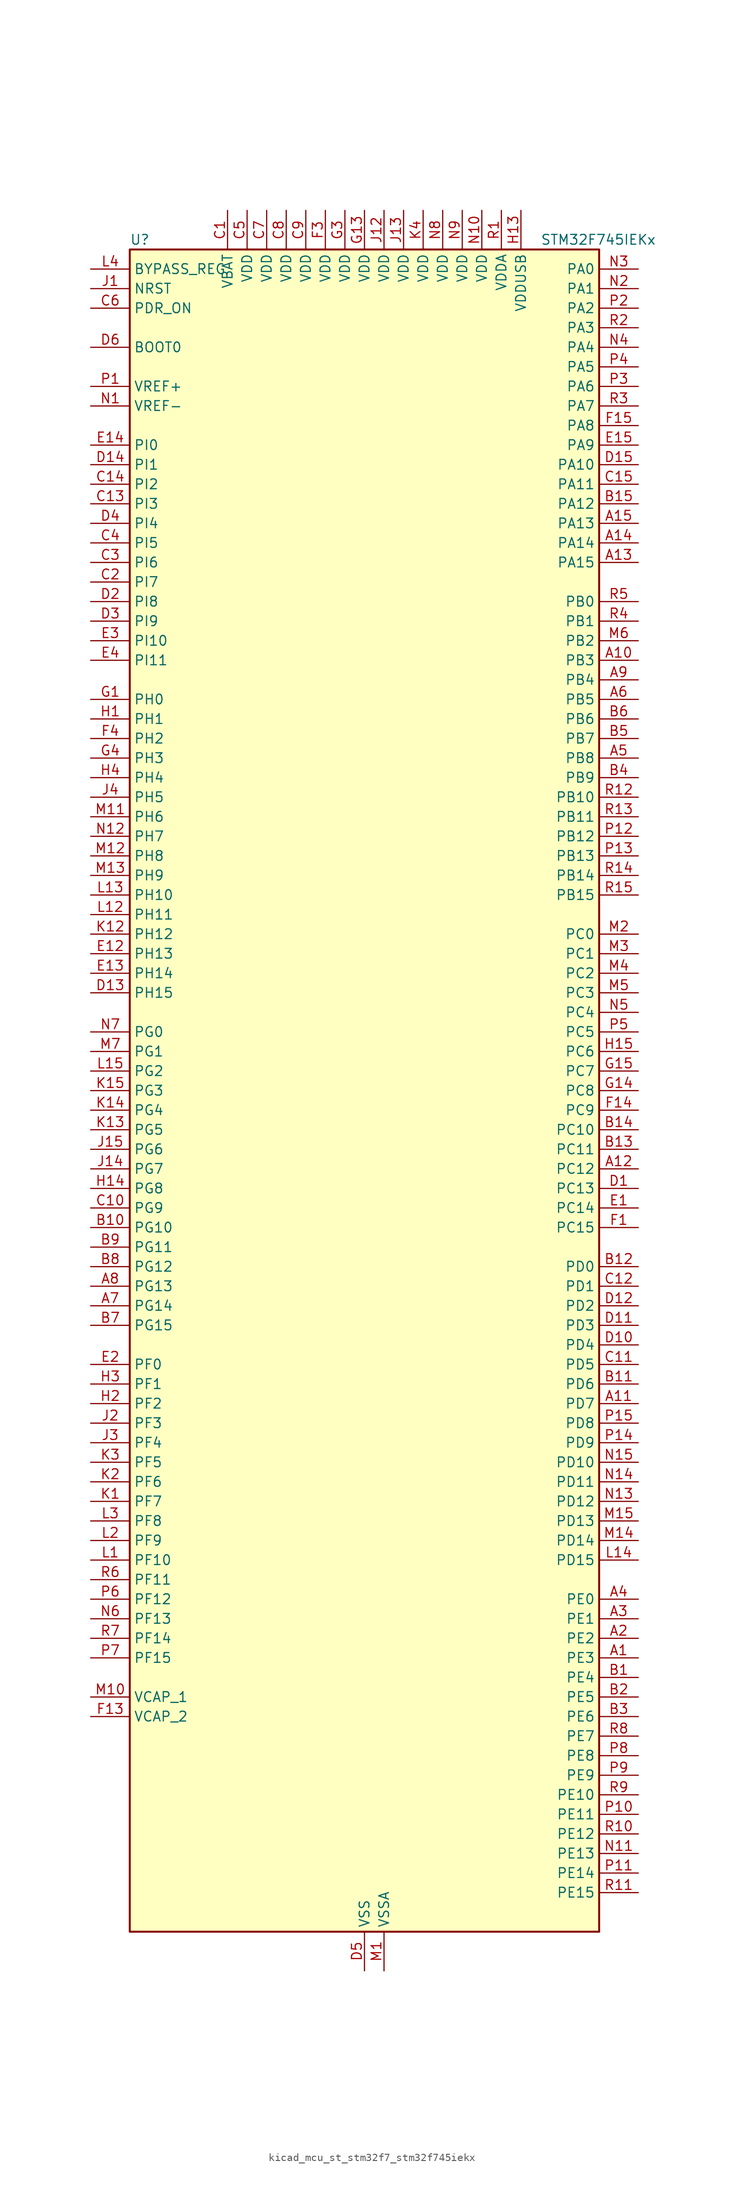
<source format=kicad_sym>
(kicad_symbol_lib
  (version 20220914)
  (generator kicad_symbol_editor)
  (symbol "kicad_mcu_st_stm32f7_stm32f745iekx"
    (property "Reference" "U"
      (at -30.48 110.49 0)
      (effects (font (size 1.27 1.27)) (justify left)))
    (property "Value" "STM32F745IEKx"
      (at 22.86 110.49 0)
      (effects (font (size 1.27 1.27)) (justify left)))
    (property "ki_locked" ""
      (at 0 0 0)
      (effects (font (size 1.27 1.27))))
    (symbol "kicad_mcu_st_stm32f7_stm32f745iekx_0_1"
      (rectangle (start -30.48 -109.22) (end 30.48 109.22) (stroke (width 0.254) (type default)) (fill (type background))))
    (symbol "kicad_mcu_st_stm32f7_stm32f745iekx_1_1"
      (pin bidirectional line (at 35.56 -73.66 180) (length 5.08) (name "PE3" (effects (font (size 1.27 1.27)))) (number "A1" (effects (font (size 1.27 1.27)))) (alternate "FMC_A19" bidirectional line) (alternate "SAI1_SD_B" bidirectional line) (alternate "SYS_TRACED0" bidirectional line))
      (pin bidirectional line (at 35.56 55.88 180) (length 5.08) (name "PB3" (effects (font (size 1.27 1.27)))) (number "A10" (effects (font (size 1.27 1.27)))) (alternate "I2S1_CK" bidirectional line) (alternate "I2S3_CK" bidirectional line) (alternate "SPI1_SCK" bidirectional line) (alternate "SPI3_SCK" bidirectional line) (alternate "SYS_JTDO-SWO" bidirectional line) (alternate "TIM2_CH2" bidirectional line))
      (pin bidirectional line (at 35.56 -40.64 180) (length 5.08) (name "PD7" (effects (font (size 1.27 1.27)))) (number "A11" (effects (font (size 1.27 1.27)))) (alternate "FMC_NE1" bidirectional line) (alternate "SPDIFRX_IN0" bidirectional line) (alternate "USART2_CK" bidirectional line))
      (pin bidirectional line (at 35.56 -10.16 180) (length 5.08) (name "PC12" (effects (font (size 1.27 1.27)))) (number "A12" (effects (font (size 1.27 1.27)))) (alternate "DCMI_D9" bidirectional line) (alternate "I2S3_SD" bidirectional line) (alternate "SDMMC1_CK" bidirectional line) (alternate "SPI3_MOSI" bidirectional line) (alternate "SYS_TRACED3" bidirectional line) (alternate "UART5_TX" bidirectional line) (alternate "USART3_CK" bidirectional line))
      (pin bidirectional line (at 35.56 68.58 180) (length 5.08) (name "PA15" (effects (font (size 1.27 1.27)))) (number "A13" (effects (font (size 1.27 1.27)))) (alternate "CEC" bidirectional line) (alternate "I2S1_WS" bidirectional line) (alternate "I2S3_WS" bidirectional line) (alternate "SPI1_NSS" bidirectional line) (alternate "SPI3_NSS" bidirectional line) (alternate "SYS_JTDI" bidirectional line) (alternate "TIM2_CH1" bidirectional line) (alternate "TIM2_ETR" bidirectional line) (alternate "UART4_DE" bidirectional line) (alternate "UART4_RTS" bidirectional line))
      (pin bidirectional line (at 35.56 71.12 180) (length 5.08) (name "PA14" (effects (font (size 1.27 1.27)))) (number "A14" (effects (font (size 1.27 1.27)))) (alternate "SYS_JTCK-SWCLK" bidirectional line))
      (pin bidirectional line (at 35.56 73.66 180) (length 5.08) (name "PA13" (effects (font (size 1.27 1.27)))) (number "A15" (effects (font (size 1.27 1.27)))) (alternate "SYS_JTMS-SWDIO" bidirectional line))
      (pin bidirectional line (at 35.56 -71.12 180) (length 5.08) (name "PE2" (effects (font (size 1.27 1.27)))) (number "A2" (effects (font (size 1.27 1.27)))) (alternate "ETH_TXD3" bidirectional line) (alternate "FMC_A23" bidirectional line) (alternate "QUADSPI_BK1_IO2" bidirectional line) (alternate "SAI1_MCLK_A" bidirectional line) (alternate "SPI4_SCK" bidirectional line) (alternate "SYS_TRACECLK" bidirectional line))
      (pin bidirectional line (at 35.56 -68.58 180) (length 5.08) (name "PE1" (effects (font (size 1.27 1.27)))) (number "A3" (effects (font (size 1.27 1.27)))) (alternate "DCMI_D3" bidirectional line) (alternate "FMC_NBL1" bidirectional line) (alternate "LPTIM1_IN2" bidirectional line) (alternate "UART8_TX" bidirectional line))
      (pin bidirectional line (at 35.56 -66.04 180) (length 5.08) (name "PE0" (effects (font (size 1.27 1.27)))) (number "A4" (effects (font (size 1.27 1.27)))) (alternate "DCMI_D2" bidirectional line) (alternate "FMC_NBL0" bidirectional line) (alternate "LPTIM1_ETR" bidirectional line) (alternate "SAI2_MCLK_A" bidirectional line) (alternate "TIM4_ETR" bidirectional line) (alternate "UART8_RX" bidirectional line))
      (pin bidirectional line (at 35.56 43.18 180) (length 5.08) (name "PB8" (effects (font (size 1.27 1.27)))) (number "A5" (effects (font (size 1.27 1.27)))) (alternate "CAN1_RX" bidirectional line) (alternate "DCMI_D6" bidirectional line) (alternate "ETH_TXD3" bidirectional line) (alternate "I2C1_SCL" bidirectional line) (alternate "SDMMC1_D4" bidirectional line) (alternate "TIM10_CH1" bidirectional line) (alternate "TIM4_CH3" bidirectional line))
      (pin bidirectional line (at 35.56 50.8 180) (length 5.08) (name "PB5" (effects (font (size 1.27 1.27)))) (number "A6" (effects (font (size 1.27 1.27)))) (alternate "CAN2_RX" bidirectional line) (alternate "DCMI_D10" bidirectional line) (alternate "ETH_PPS_OUT" bidirectional line) (alternate "FMC_SDCKE1" bidirectional line) (alternate "I2C1_SMBA" bidirectional line) (alternate "I2S1_SD" bidirectional line) (alternate "I2S3_SD" bidirectional line) (alternate "SPI1_MOSI" bidirectional line) (alternate "SPI3_MOSI" bidirectional line) (alternate "TIM3_CH2" bidirectional line) (alternate "USB_OTG_HS_ULPI_D7" bidirectional line))
      (pin bidirectional line (at -35.56 -27.94 0) (length 5.08) (name "PG14" (effects (font (size 1.27 1.27)))) (number "A7" (effects (font (size 1.27 1.27)))) (alternate "ETH_TXD1" bidirectional line) (alternate "FMC_A25" bidirectional line) (alternate "LPTIM1_ETR" bidirectional line) (alternate "QUADSPI_BK2_IO3" bidirectional line) (alternate "SPI6_MOSI" bidirectional line) (alternate "SYS_TRACED1" bidirectional line) (alternate "USART6_TX" bidirectional line))
      (pin bidirectional line (at -35.56 -25.4 0) (length 5.08) (name "PG13" (effects (font (size 1.27 1.27)))) (number "A8" (effects (font (size 1.27 1.27)))) (alternate "ETH_TXD0" bidirectional line) (alternate "FMC_A24" bidirectional line) (alternate "LPTIM1_OUT" bidirectional line) (alternate "SPI6_SCK" bidirectional line) (alternate "SYS_TRACED0" bidirectional line) (alternate "USART6_CTS" bidirectional line))
      (pin bidirectional line (at 35.56 53.34 180) (length 5.08) (name "PB4" (effects (font (size 1.27 1.27)))) (number "A9" (effects (font (size 1.27 1.27)))) (alternate "I2S2_WS" bidirectional line) (alternate "SPI1_MISO" bidirectional line) (alternate "SPI2_NSS" bidirectional line) (alternate "SPI3_MISO" bidirectional line) (alternate "SYS_JTRST" bidirectional line) (alternate "TIM3_CH1" bidirectional line))
      (pin bidirectional line (at 35.56 -76.2 180) (length 5.08) (name "PE4" (effects (font (size 1.27 1.27)))) (number "B1" (effects (font (size 1.27 1.27)))) (alternate "DCMI_D4" bidirectional line) (alternate "FMC_A20" bidirectional line) (alternate "SAI1_FS_A" bidirectional line) (alternate "SPI4_NSS" bidirectional line) (alternate "SYS_TRACED1" bidirectional line))
      (pin bidirectional line (at -35.56 -17.78 0) (length 5.08) (name "PG10" (effects (font (size 1.27 1.27)))) (number "B10" (effects (font (size 1.27 1.27)))) (alternate "DCMI_D2" bidirectional line) (alternate "FMC_NE3" bidirectional line) (alternate "SAI2_SD_B" bidirectional line))
      (pin bidirectional line (at 35.56 -38.1 180) (length 5.08) (name "PD6" (effects (font (size 1.27 1.27)))) (number "B11" (effects (font (size 1.27 1.27)))) (alternate "DCMI_D10" bidirectional line) (alternate "FMC_NWAIT" bidirectional line) (alternate "I2S3_SD" bidirectional line) (alternate "SAI1_SD_A" bidirectional line) (alternate "SPI3_MOSI" bidirectional line) (alternate "USART2_RX" bidirectional line))
      (pin bidirectional line (at 35.56 -22.86 180) (length 5.08) (name "PD0" (effects (font (size 1.27 1.27)))) (number "B12" (effects (font (size 1.27 1.27)))) (alternate "CAN1_RX" bidirectional line) (alternate "FMC_D2" bidirectional line) (alternate "FMC_DA2" bidirectional line))
      (pin bidirectional line (at 35.56 -7.62 180) (length 5.08) (name "PC11" (effects (font (size 1.27 1.27)))) (number "B13" (effects (font (size 1.27 1.27)))) (alternate "ADC1_EXTI11" bidirectional line) (alternate "ADC2_EXTI11" bidirectional line) (alternate "ADC3_EXTI11" bidirectional line) (alternate "DCMI_D4" bidirectional line) (alternate "QUADSPI_BK2_NCS" bidirectional line) (alternate "SDMMC1_D3" bidirectional line) (alternate "SPI3_MISO" bidirectional line) (alternate "UART4_RX" bidirectional line) (alternate "USART3_RX" bidirectional line))
      (pin bidirectional line (at 35.56 -5.08 180) (length 5.08) (name "PC10" (effects (font (size 1.27 1.27)))) (number "B14" (effects (font (size 1.27 1.27)))) (alternate "DCMI_D8" bidirectional line) (alternate "I2S3_CK" bidirectional line) (alternate "QUADSPI_BK1_IO1" bidirectional line) (alternate "SDMMC1_D2" bidirectional line) (alternate "SPI3_SCK" bidirectional line) (alternate "UART4_TX" bidirectional line) (alternate "USART3_TX" bidirectional line))
      (pin bidirectional line (at 35.56 76.2 180) (length 5.08) (name "PA12" (effects (font (size 1.27 1.27)))) (number "B15" (effects (font (size 1.27 1.27)))) (alternate "CAN1_TX" bidirectional line) (alternate "SAI2_FS_B" bidirectional line) (alternate "TIM1_ETR" bidirectional line) (alternate "USART1_DE" bidirectional line) (alternate "USART1_RTS" bidirectional line) (alternate "USB_OTG_FS_DP" bidirectional line))
      (pin bidirectional line (at 35.56 -78.74 180) (length 5.08) (name "PE5" (effects (font (size 1.27 1.27)))) (number "B2" (effects (font (size 1.27 1.27)))) (alternate "DCMI_D6" bidirectional line) (alternate "FMC_A21" bidirectional line) (alternate "SAI1_SCK_A" bidirectional line) (alternate "SPI4_MISO" bidirectional line) (alternate "SYS_TRACED2" bidirectional line) (alternate "TIM9_CH1" bidirectional line))
      (pin bidirectional line (at 35.56 -81.28 180) (length 5.08) (name "PE6" (effects (font (size 1.27 1.27)))) (number "B3" (effects (font (size 1.27 1.27)))) (alternate "DCMI_D7" bidirectional line) (alternate "FMC_A22" bidirectional line) (alternate "SAI1_SD_A" bidirectional line) (alternate "SAI2_MCLK_B" bidirectional line) (alternate "SPI4_MOSI" bidirectional line) (alternate "SYS_TRACED3" bidirectional line) (alternate "TIM1_BKIN2" bidirectional line) (alternate "TIM9_CH2" bidirectional line))
      (pin bidirectional line (at 35.56 40.64 180) (length 5.08) (name "PB9" (effects (font (size 1.27 1.27)))) (number "B4" (effects (font (size 1.27 1.27)))) (alternate "CAN1_TX" bidirectional line) (alternate "DAC_EXTI9" bidirectional line) (alternate "DCMI_D7" bidirectional line) (alternate "I2C1_SDA" bidirectional line) (alternate "I2S2_WS" bidirectional line) (alternate "SDMMC1_D5" bidirectional line) (alternate "SPI2_NSS" bidirectional line) (alternate "TIM11_CH1" bidirectional line) (alternate "TIM4_CH4" bidirectional line))
      (pin bidirectional line (at 35.56 45.72 180) (length 5.08) (name "PB7" (effects (font (size 1.27 1.27)))) (number "B5" (effects (font (size 1.27 1.27)))) (alternate "DCMI_VSYNC" bidirectional line) (alternate "FMC_NL" bidirectional line) (alternate "I2C1_SDA" bidirectional line) (alternate "TIM4_CH2" bidirectional line) (alternate "USART1_RX" bidirectional line))
      (pin bidirectional line (at 35.56 48.26 180) (length 5.08) (name "PB6" (effects (font (size 1.27 1.27)))) (number "B6" (effects (font (size 1.27 1.27)))) (alternate "CAN2_TX" bidirectional line) (alternate "CEC" bidirectional line) (alternate "DCMI_D5" bidirectional line) (alternate "FMC_SDNE1" bidirectional line) (alternate "I2C1_SCL" bidirectional line) (alternate "QUADSPI_BK1_NCS" bidirectional line) (alternate "TIM4_CH1" bidirectional line) (alternate "USART1_TX" bidirectional line))
      (pin bidirectional line (at -35.56 -30.48 0) (length 5.08) (name "PG15" (effects (font (size 1.27 1.27)))) (number "B7" (effects (font (size 1.27 1.27)))) (alternate "DCMI_D13" bidirectional line) (alternate "FMC_SDNCAS" bidirectional line) (alternate "USART6_CTS" bidirectional line))
      (pin bidirectional line (at -35.56 -22.86 0) (length 5.08) (name "PG12" (effects (font (size 1.27 1.27)))) (number "B8" (effects (font (size 1.27 1.27)))) (alternate "FMC_NE4" bidirectional line) (alternate "LPTIM1_IN1" bidirectional line) (alternate "SPDIFRX_IN1" bidirectional line) (alternate "SPI6_MISO" bidirectional line) (alternate "USART6_DE" bidirectional line) (alternate "USART6_RTS" bidirectional line))
      (pin bidirectional line (at -35.56 -20.32 0) (length 5.08) (name "PG11" (effects (font (size 1.27 1.27)))) (number "B9" (effects (font (size 1.27 1.27)))) (alternate "ADC1_EXTI11" bidirectional line) (alternate "ADC2_EXTI11" bidirectional line) (alternate "ADC3_EXTI11" bidirectional line) (alternate "DCMI_D3" bidirectional line) (alternate "ETH_TX_EN" bidirectional line) (alternate "SPDIFRX_IN0" bidirectional line))
      (pin power_in line (at -17.78 114.3 270) (length 5.08) (name "VBAT" (effects (font (size 1.27 1.27)))) (number "C1" (effects (font (size 1.27 1.27)))))
      (pin bidirectional line (at -35.56 -15.24 0) (length 5.08) (name "PG9" (effects (font (size 1.27 1.27)))) (number "C10" (effects (font (size 1.27 1.27)))) (alternate "DAC_EXTI9" bidirectional line) (alternate "DCMI_VSYNC" bidirectional line) (alternate "FMC_NCE" bidirectional line) (alternate "FMC_NE2" bidirectional line) (alternate "QUADSPI_BK2_IO2" bidirectional line) (alternate "SAI2_FS_B" bidirectional line) (alternate "SPDIFRX_IN3" bidirectional line) (alternate "USART6_RX" bidirectional line))
      (pin bidirectional line (at 35.56 -35.56 180) (length 5.08) (name "PD5" (effects (font (size 1.27 1.27)))) (number "C11" (effects (font (size 1.27 1.27)))) (alternate "FMC_NWE" bidirectional line) (alternate "USART2_TX" bidirectional line))
      (pin bidirectional line (at 35.56 -25.4 180) (length 5.08) (name "PD1" (effects (font (size 1.27 1.27)))) (number "C12" (effects (font (size 1.27 1.27)))) (alternate "CAN1_TX" bidirectional line) (alternate "FMC_D3" bidirectional line) (alternate "FMC_DA3" bidirectional line))
      (pin bidirectional line (at -35.56 76.2 0) (length 5.08) (name "PI3" (effects (font (size 1.27 1.27)))) (number "C13" (effects (font (size 1.27 1.27)))) (alternate "DCMI_D10" bidirectional line) (alternate "FMC_D27" bidirectional line) (alternate "I2S2_SD" bidirectional line) (alternate "SPI2_MOSI" bidirectional line) (alternate "TIM8_ETR" bidirectional line))
      (pin bidirectional line (at -35.56 78.74 0) (length 5.08) (name "PI2" (effects (font (size 1.27 1.27)))) (number "C14" (effects (font (size 1.27 1.27)))) (alternate "DCMI_D9" bidirectional line) (alternate "FMC_D26" bidirectional line) (alternate "SPI2_MISO" bidirectional line) (alternate "TIM8_CH4" bidirectional line))
      (pin bidirectional line (at 35.56 78.74 180) (length 5.08) (name "PA11" (effects (font (size 1.27 1.27)))) (number "C15" (effects (font (size 1.27 1.27)))) (alternate "ADC1_EXTI11" bidirectional line) (alternate "ADC2_EXTI11" bidirectional line) (alternate "ADC3_EXTI11" bidirectional line) (alternate "CAN1_RX" bidirectional line) (alternate "TIM1_CH4" bidirectional line) (alternate "USART1_CTS" bidirectional line) (alternate "USB_OTG_FS_DM" bidirectional line))
      (pin bidirectional line (at -35.56 66.04 0) (length 5.08) (name "PI7" (effects (font (size 1.27 1.27)))) (number "C2" (effects (font (size 1.27 1.27)))) (alternate "DCMI_D7" bidirectional line) (alternate "FMC_D29" bidirectional line) (alternate "SAI2_FS_A" bidirectional line) (alternate "TIM8_CH3" bidirectional line))
      (pin bidirectional line (at -35.56 68.58 0) (length 5.08) (name "PI6" (effects (font (size 1.27 1.27)))) (number "C3" (effects (font (size 1.27 1.27)))) (alternate "DCMI_D6" bidirectional line) (alternate "FMC_D28" bidirectional line) (alternate "SAI2_SD_A" bidirectional line) (alternate "TIM8_CH2" bidirectional line))
      (pin bidirectional line (at -35.56 71.12 0) (length 5.08) (name "PI5" (effects (font (size 1.27 1.27)))) (number "C4" (effects (font (size 1.27 1.27)))) (alternate "DCMI_VSYNC" bidirectional line) (alternate "FMC_NBL3" bidirectional line) (alternate "SAI2_SCK_A" bidirectional line) (alternate "TIM8_CH1" bidirectional line))
      (pin power_in line (at -15.24 114.3 270) (length 5.08) (name "VDD" (effects (font (size 1.27 1.27)))) (number "C5" (effects (font (size 1.27 1.27)))))
      (pin input line (at -35.56 101.6 0) (length 5.08) (name "PDR_ON" (effects (font (size 1.27 1.27)))) (number "C6" (effects (font (size 1.27 1.27)))))
      (pin power_in line (at -12.7 114.3 270) (length 5.08) (name "VDD" (effects (font (size 1.27 1.27)))) (number "C7" (effects (font (size 1.27 1.27)))))
      (pin power_in line (at -10.16 114.3 270) (length 5.08) (name "VDD" (effects (font (size 1.27 1.27)))) (number "C8" (effects (font (size 1.27 1.27)))))
      (pin power_in line (at -7.62 114.3 270) (length 5.08) (name "VDD" (effects (font (size 1.27 1.27)))) (number "C9" (effects (font (size 1.27 1.27)))))
      (pin bidirectional line (at 35.56 -12.7 180) (length 5.08) (name "PC13" (effects (font (size 1.27 1.27)))) (number "D1" (effects (font (size 1.27 1.27)))) (alternate "RTC_OUT" bidirectional line) (alternate "RTC_TAMP1" bidirectional line) (alternate "RTC_TS" bidirectional line) (alternate "SYS_WKUP4" bidirectional line))
      (pin bidirectional line (at 35.56 -33.02 180) (length 5.08) (name "PD4" (effects (font (size 1.27 1.27)))) (number "D10" (effects (font (size 1.27 1.27)))) (alternate "FMC_NOE" bidirectional line) (alternate "USART2_DE" bidirectional line) (alternate "USART2_RTS" bidirectional line))
      (pin bidirectional line (at 35.56 -30.48 180) (length 5.08) (name "PD3" (effects (font (size 1.27 1.27)))) (number "D11" (effects (font (size 1.27 1.27)))) (alternate "DCMI_D5" bidirectional line) (alternate "FMC_CLK" bidirectional line) (alternate "I2S2_CK" bidirectional line) (alternate "SPI2_SCK" bidirectional line) (alternate "USART2_CTS" bidirectional line))
      (pin bidirectional line (at 35.56 -27.94 180) (length 5.08) (name "PD2" (effects (font (size 1.27 1.27)))) (number "D12" (effects (font (size 1.27 1.27)))) (alternate "DCMI_D11" bidirectional line) (alternate "SDMMC1_CMD" bidirectional line) (alternate "SYS_TRACED2" bidirectional line) (alternate "TIM3_ETR" bidirectional line) (alternate "UART5_RX" bidirectional line))
      (pin bidirectional line (at -35.56 12.7 0) (length 5.08) (name "PH15" (effects (font (size 1.27 1.27)))) (number "D13" (effects (font (size 1.27 1.27)))) (alternate "DCMI_D11" bidirectional line) (alternate "FMC_D23" bidirectional line) (alternate "TIM8_CH3N" bidirectional line))
      (pin bidirectional line (at -35.56 81.28 0) (length 5.08) (name "PI1" (effects (font (size 1.27 1.27)))) (number "D14" (effects (font (size 1.27 1.27)))) (alternate "DCMI_D8" bidirectional line) (alternate "FMC_D25" bidirectional line) (alternate "I2S2_CK" bidirectional line) (alternate "SPI2_SCK" bidirectional line) (alternate "TIM8_BKIN2" bidirectional line))
      (pin bidirectional line (at 35.56 81.28 180) (length 5.08) (name "PA10" (effects (font (size 1.27 1.27)))) (number "D15" (effects (font (size 1.27 1.27)))) (alternate "DCMI_D1" bidirectional line) (alternate "TIM1_CH3" bidirectional line) (alternate "USART1_RX" bidirectional line) (alternate "USB_OTG_FS_ID" bidirectional line))
      (pin bidirectional line (at -35.56 63.5 0) (length 5.08) (name "PI8" (effects (font (size 1.27 1.27)))) (number "D2" (effects (font (size 1.27 1.27)))) (alternate "RTC_TAMP2" bidirectional line) (alternate "RTC_TS" bidirectional line) (alternate "SYS_WKUP5" bidirectional line))
      (pin bidirectional line (at -35.56 60.96 0) (length 5.08) (name "PI9" (effects (font (size 1.27 1.27)))) (number "D3" (effects (font (size 1.27 1.27)))) (alternate "CAN1_RX" bidirectional line) (alternate "DAC_EXTI9" bidirectional line) (alternate "FMC_D30" bidirectional line))
      (pin bidirectional line (at -35.56 73.66 0) (length 5.08) (name "PI4" (effects (font (size 1.27 1.27)))) (number "D4" (effects (font (size 1.27 1.27)))) (alternate "DCMI_D5" bidirectional line) (alternate "FMC_NBL2" bidirectional line) (alternate "SAI2_MCLK_A" bidirectional line) (alternate "TIM8_BKIN" bidirectional line))
      (pin power_in line (at 0 -114.3 90) (length 5.08) (name "VSS" (effects (font (size 1.27 1.27)))) (number "D5" (effects (font (size 1.27 1.27)))))
      (pin input line (at -35.56 96.52 0) (length 5.08) (name "BOOT0" (effects (font (size 1.27 1.27)))) (number "D6" (effects (font (size 1.27 1.27)))))
      (pin passive line (at 0 -114.3 90) (length 5.08) hide (name "VSS" (effects (font (size 1.27 1.27)))) (number "D7" (effects (font (size 1.27 1.27)))))
      (pin passive line (at 0 -114.3 90) (length 5.08) hide (name "VSS" (effects (font (size 1.27 1.27)))) (number "D8" (effects (font (size 1.27 1.27)))))
      (pin passive line (at 0 -114.3 90) (length 5.08) hide (name "VSS" (effects (font (size 1.27 1.27)))) (number "D9" (effects (font (size 1.27 1.27)))))
      (pin bidirectional line (at 35.56 -15.24 180) (length 5.08) (name "PC14" (effects (font (size 1.27 1.27)))) (number "E1" (effects (font (size 1.27 1.27)))) (alternate "RCC_OSC32_IN" bidirectional line))
      (pin bidirectional line (at -35.56 17.78 0) (length 5.08) (name "PH13" (effects (font (size 1.27 1.27)))) (number "E12" (effects (font (size 1.27 1.27)))) (alternate "CAN1_TX" bidirectional line) (alternate "FMC_D21" bidirectional line) (alternate "TIM8_CH1N" bidirectional line))
      (pin bidirectional line (at -35.56 15.24 0) (length 5.08) (name "PH14" (effects (font (size 1.27 1.27)))) (number "E13" (effects (font (size 1.27 1.27)))) (alternate "DCMI_D4" bidirectional line) (alternate "FMC_D22" bidirectional line) (alternate "TIM8_CH2N" bidirectional line))
      (pin bidirectional line (at -35.56 83.82 0) (length 5.08) (name "PI0" (effects (font (size 1.27 1.27)))) (number "E14" (effects (font (size 1.27 1.27)))) (alternate "DCMI_D13" bidirectional line) (alternate "FMC_D24" bidirectional line) (alternate "I2S2_WS" bidirectional line) (alternate "SPI2_NSS" bidirectional line) (alternate "TIM5_CH4" bidirectional line))
      (pin bidirectional line (at 35.56 83.82 180) (length 5.08) (name "PA9" (effects (font (size 1.27 1.27)))) (number "E15" (effects (font (size 1.27 1.27)))) (alternate "DAC_EXTI9" bidirectional line) (alternate "DCMI_D0" bidirectional line) (alternate "I2C3_SMBA" bidirectional line) (alternate "I2S2_CK" bidirectional line) (alternate "SPI2_SCK" bidirectional line) (alternate "TIM1_CH2" bidirectional line) (alternate "USART1_TX" bidirectional line) (alternate "USB_OTG_FS_VBUS" bidirectional line))
      (pin bidirectional line (at -35.56 -35.56 0) (length 5.08) (name "PF0" (effects (font (size 1.27 1.27)))) (number "E2" (effects (font (size 1.27 1.27)))) (alternate "FMC_A0" bidirectional line) (alternate "I2C2_SDA" bidirectional line))
      (pin bidirectional line (at -35.56 58.42 0) (length 5.08) (name "PI10" (effects (font (size 1.27 1.27)))) (number "E3" (effects (font (size 1.27 1.27)))) (alternate "ETH_RX_ER" bidirectional line) (alternate "FMC_D31" bidirectional line))
      (pin bidirectional line (at -35.56 55.88 0) (length 5.08) (name "PI11" (effects (font (size 1.27 1.27)))) (number "E4" (effects (font (size 1.27 1.27)))) (alternate "ADC1_EXTI11" bidirectional line) (alternate "ADC2_EXTI11" bidirectional line) (alternate "ADC3_EXTI11" bidirectional line) (alternate "SYS_WKUP6" bidirectional line) (alternate "USB_OTG_HS_ULPI_DIR" bidirectional line))
      (pin bidirectional line (at 35.56 -17.78 180) (length 5.08) (name "PC15" (effects (font (size 1.27 1.27)))) (number "F1" (effects (font (size 1.27 1.27)))) (alternate "RCC_OSC32_OUT" bidirectional line))
      (pin passive line (at 0 -114.3 90) (length 5.08) hide (name "VSS" (effects (font (size 1.27 1.27)))) (number "F10" (effects (font (size 1.27 1.27)))))
      (pin passive line (at 0 -114.3 90) (length 5.08) hide (name "VSS" (effects (font (size 1.27 1.27)))) (number "F12" (effects (font (size 1.27 1.27)))))
      (pin power_out line (at -35.56 -81.28 0) (length 5.08) (name "VCAP_2" (effects (font (size 1.27 1.27)))) (number "F13" (effects (font (size 1.27 1.27)))))
      (pin bidirectional line (at 35.56 -2.54 180) (length 5.08) (name "PC9" (effects (font (size 1.27 1.27)))) (number "F14" (effects (font (size 1.27 1.27)))) (alternate "DAC_EXTI9" bidirectional line) (alternate "DCMI_D3" bidirectional line) (alternate "I2C3_SDA" bidirectional line) (alternate "I2S_CKIN" bidirectional line) (alternate "QUADSPI_BK1_IO0" bidirectional line) (alternate "RCC_MCO_2" bidirectional line) (alternate "SDMMC1_D1" bidirectional line) (alternate "TIM3_CH4" bidirectional line) (alternate "TIM8_CH4" bidirectional line) (alternate "UART5_CTS" bidirectional line))
      (pin bidirectional line (at 35.56 86.36 180) (length 5.08) (name "PA8" (effects (font (size 1.27 1.27)))) (number "F15" (effects (font (size 1.27 1.27)))) (alternate "I2C3_SCL" bidirectional line) (alternate "RCC_MCO_1" bidirectional line) (alternate "TIM1_CH1" bidirectional line) (alternate "TIM8_BKIN2" bidirectional line) (alternate "USART1_CK" bidirectional line) (alternate "USB_OTG_FS_SOF" bidirectional line))
      (pin passive line (at 0 -114.3 90) (length 5.08) hide (name "VSS" (effects (font (size 1.27 1.27)))) (number "F2" (effects (font (size 1.27 1.27)))))
      (pin power_in line (at -5.08 114.3 270) (length 5.08) (name "VDD" (effects (font (size 1.27 1.27)))) (number "F3" (effects (font (size 1.27 1.27)))))
      (pin bidirectional line (at -35.56 45.72 0) (length 5.08) (name "PH2" (effects (font (size 1.27 1.27)))) (number "F4" (effects (font (size 1.27 1.27)))) (alternate "ETH_CRS" bidirectional line) (alternate "FMC_SDCKE0" bidirectional line) (alternate "LPTIM1_IN2" bidirectional line) (alternate "QUADSPI_BK2_IO0" bidirectional line) (alternate "SAI2_SCK_B" bidirectional line))
      (pin passive line (at 0 -114.3 90) (length 5.08) hide (name "VSS" (effects (font (size 1.27 1.27)))) (number "F6" (effects (font (size 1.27 1.27)))))
      (pin passive line (at 0 -114.3 90) (length 5.08) hide (name "VSS" (effects (font (size 1.27 1.27)))) (number "F7" (effects (font (size 1.27 1.27)))))
      (pin passive line (at 0 -114.3 90) (length 5.08) hide (name "VSS" (effects (font (size 1.27 1.27)))) (number "F8" (effects (font (size 1.27 1.27)))))
      (pin passive line (at 0 -114.3 90) (length 5.08) hide (name "VSS" (effects (font (size 1.27 1.27)))) (number "F9" (effects (font (size 1.27 1.27)))))
      (pin bidirectional line (at -35.56 50.8 0) (length 5.08) (name "PH0" (effects (font (size 1.27 1.27)))) (number "G1" (effects (font (size 1.27 1.27)))) (alternate "RCC_OSC_IN" bidirectional line))
      (pin passive line (at 0 -114.3 90) (length 5.08) hide (name "VSS" (effects (font (size 1.27 1.27)))) (number "G10" (effects (font (size 1.27 1.27)))))
      (pin passive line (at 0 -114.3 90) (length 5.08) hide (name "VSS" (effects (font (size 1.27 1.27)))) (number "G12" (effects (font (size 1.27 1.27)))))
      (pin power_in line (at 0 114.3 270) (length 5.08) (name "VDD" (effects (font (size 1.27 1.27)))) (number "G13" (effects (font (size 1.27 1.27)))))
      (pin bidirectional line (at 35.56 0 180) (length 5.08) (name "PC8" (effects (font (size 1.27 1.27)))) (number "G14" (effects (font (size 1.27 1.27)))) (alternate "DCMI_D2" bidirectional line) (alternate "SDMMC1_D0" bidirectional line) (alternate "SYS_TRACED1" bidirectional line) (alternate "TIM3_CH3" bidirectional line) (alternate "TIM8_CH3" bidirectional line) (alternate "UART5_DE" bidirectional line) (alternate "UART5_RTS" bidirectional line) (alternate "USART6_CK" bidirectional line))
      (pin bidirectional line (at 35.56 2.54 180) (length 5.08) (name "PC7" (effects (font (size 1.27 1.27)))) (number "G15" (effects (font (size 1.27 1.27)))) (alternate "DCMI_D1" bidirectional line) (alternate "I2S3_MCK" bidirectional line) (alternate "SDMMC1_D7" bidirectional line) (alternate "TIM3_CH2" bidirectional line) (alternate "TIM8_CH2" bidirectional line) (alternate "USART6_RX" bidirectional line))
      (pin passive line (at 0 -114.3 90) (length 5.08) hide (name "VSS" (effects (font (size 1.27 1.27)))) (number "G2" (effects (font (size 1.27 1.27)))))
      (pin power_in line (at -2.54 114.3 270) (length 5.08) (name "VDD" (effects (font (size 1.27 1.27)))) (number "G3" (effects (font (size 1.27 1.27)))))
      (pin bidirectional line (at -35.56 43.18 0) (length 5.08) (name "PH3" (effects (font (size 1.27 1.27)))) (number "G4" (effects (font (size 1.27 1.27)))) (alternate "ETH_COL" bidirectional line) (alternate "FMC_SDNE0" bidirectional line) (alternate "QUADSPI_BK2_IO1" bidirectional line) (alternate "SAI2_MCLK_B" bidirectional line))
      (pin passive line (at 0 -114.3 90) (length 5.08) hide (name "VSS" (effects (font (size 1.27 1.27)))) (number "G6" (effects (font (size 1.27 1.27)))))
      (pin passive line (at 0 -114.3 90) (length 5.08) hide (name "VSS" (effects (font (size 1.27 1.27)))) (number "G7" (effects (font (size 1.27 1.27)))))
      (pin passive line (at 0 -114.3 90) (length 5.08) hide (name "VSS" (effects (font (size 1.27 1.27)))) (number "G8" (effects (font (size 1.27 1.27)))))
      (pin passive line (at 0 -114.3 90) (length 5.08) hide (name "VSS" (effects (font (size 1.27 1.27)))) (number "G9" (effects (font (size 1.27 1.27)))))
      (pin bidirectional line (at -35.56 48.26 0) (length 5.08) (name "PH1" (effects (font (size 1.27 1.27)))) (number "H1" (effects (font (size 1.27 1.27)))) (alternate "RCC_OSC_OUT" bidirectional line))
      (pin passive line (at 0 -114.3 90) (length 5.08) hide (name "VSS" (effects (font (size 1.27 1.27)))) (number "H10" (effects (font (size 1.27 1.27)))))
      (pin passive line (at 0 -114.3 90) (length 5.08) hide (name "VSS" (effects (font (size 1.27 1.27)))) (number "H12" (effects (font (size 1.27 1.27)))))
      (pin power_in line (at 20.32 114.3 270) (length 5.08) (name "VDDUSB" (effects (font (size 1.27 1.27)))) (number "H13" (effects (font (size 1.27 1.27)))))
      (pin bidirectional line (at -35.56 -12.7 0) (length 5.08) (name "PG8" (effects (font (size 1.27 1.27)))) (number "H14" (effects (font (size 1.27 1.27)))) (alternate "ETH_PPS_OUT" bidirectional line) (alternate "FMC_SDCLK" bidirectional line) (alternate "SPDIFRX_IN2" bidirectional line) (alternate "SPI6_NSS" bidirectional line) (alternate "USART6_DE" bidirectional line) (alternate "USART6_RTS" bidirectional line))
      (pin bidirectional line (at 35.56 5.08 180) (length 5.08) (name "PC6" (effects (font (size 1.27 1.27)))) (number "H15" (effects (font (size 1.27 1.27)))) (alternate "DCMI_D0" bidirectional line) (alternate "I2S2_MCK" bidirectional line) (alternate "SDMMC1_D6" bidirectional line) (alternate "TIM3_CH1" bidirectional line) (alternate "TIM8_CH1" bidirectional line) (alternate "USART6_TX" bidirectional line))
      (pin bidirectional line (at -35.56 -40.64 0) (length 5.08) (name "PF2" (effects (font (size 1.27 1.27)))) (number "H2" (effects (font (size 1.27 1.27)))) (alternate "FMC_A2" bidirectional line) (alternate "I2C2_SMBA" bidirectional line))
      (pin bidirectional line (at -35.56 -38.1 0) (length 5.08) (name "PF1" (effects (font (size 1.27 1.27)))) (number "H3" (effects (font (size 1.27 1.27)))) (alternate "FMC_A1" bidirectional line) (alternate "I2C2_SCL" bidirectional line))
      (pin bidirectional line (at -35.56 40.64 0) (length 5.08) (name "PH4" (effects (font (size 1.27 1.27)))) (number "H4" (effects (font (size 1.27 1.27)))) (alternate "I2C2_SCL" bidirectional line) (alternate "USB_OTG_HS_ULPI_NXT" bidirectional line))
      (pin passive line (at 0 -114.3 90) (length 5.08) hide (name "VSS" (effects (font (size 1.27 1.27)))) (number "H6" (effects (font (size 1.27 1.27)))))
      (pin passive line (at 0 -114.3 90) (length 5.08) hide (name "VSS" (effects (font (size 1.27 1.27)))) (number "H7" (effects (font (size 1.27 1.27)))))
      (pin passive line (at 0 -114.3 90) (length 5.08) hide (name "VSS" (effects (font (size 1.27 1.27)))) (number "H8" (effects (font (size 1.27 1.27)))))
      (pin passive line (at 0 -114.3 90) (length 5.08) hide (name "VSS" (effects (font (size 1.27 1.27)))) (number "H9" (effects (font (size 1.27 1.27)))))
      (pin input line (at -35.56 104.14 0) (length 5.08) (name "NRST" (effects (font (size 1.27 1.27)))) (number "J1" (effects (font (size 1.27 1.27)))))
      (pin passive line (at 0 -114.3 90) (length 5.08) hide (name "VSS" (effects (font (size 1.27 1.27)))) (number "J10" (effects (font (size 1.27 1.27)))))
      (pin power_in line (at 2.54 114.3 270) (length 5.08) (name "VDD" (effects (font (size 1.27 1.27)))) (number "J12" (effects (font (size 1.27 1.27)))))
      (pin power_in line (at 5.08 114.3 270) (length 5.08) (name "VDD" (effects (font (size 1.27 1.27)))) (number "J13" (effects (font (size 1.27 1.27)))))
      (pin bidirectional line (at -35.56 -10.16 0) (length 5.08) (name "PG7" (effects (font (size 1.27 1.27)))) (number "J14" (effects (font (size 1.27 1.27)))) (alternate "DCMI_D13" bidirectional line) (alternate "FMC_INT" bidirectional line) (alternate "USART6_CK" bidirectional line))
      (pin bidirectional line (at -35.56 -7.62 0) (length 5.08) (name "PG6" (effects (font (size 1.27 1.27)))) (number "J15" (effects (font (size 1.27 1.27)))) (alternate "DCMI_D12" bidirectional line))
      (pin bidirectional line (at -35.56 -43.18 0) (length 5.08) (name "PF3" (effects (font (size 1.27 1.27)))) (number "J2" (effects (font (size 1.27 1.27)))) (alternate "ADC3_IN9" bidirectional line) (alternate "FMC_A3" bidirectional line))
      (pin bidirectional line (at -35.56 -45.72 0) (length 5.08) (name "PF4" (effects (font (size 1.27 1.27)))) (number "J3" (effects (font (size 1.27 1.27)))) (alternate "ADC3_IN14" bidirectional line) (alternate "FMC_A4" bidirectional line))
      (pin bidirectional line (at -35.56 38.1 0) (length 5.08) (name "PH5" (effects (font (size 1.27 1.27)))) (number "J4" (effects (font (size 1.27 1.27)))) (alternate "FMC_SDNWE" bidirectional line) (alternate "I2C2_SDA" bidirectional line) (alternate "SPI5_NSS" bidirectional line))
      (pin passive line (at 0 -114.3 90) (length 5.08) hide (name "VSS" (effects (font (size 1.27 1.27)))) (number "J6" (effects (font (size 1.27 1.27)))))
      (pin passive line (at 0 -114.3 90) (length 5.08) hide (name "VSS" (effects (font (size 1.27 1.27)))) (number "J7" (effects (font (size 1.27 1.27)))))
      (pin passive line (at 0 -114.3 90) (length 5.08) hide (name "VSS" (effects (font (size 1.27 1.27)))) (number "J8" (effects (font (size 1.27 1.27)))))
      (pin passive line (at 0 -114.3 90) (length 5.08) hide (name "VSS" (effects (font (size 1.27 1.27)))) (number "J9" (effects (font (size 1.27 1.27)))))
      (pin bidirectional line (at -35.56 -53.34 0) (length 5.08) (name "PF7" (effects (font (size 1.27 1.27)))) (number "K1" (effects (font (size 1.27 1.27)))) (alternate "ADC3_IN5" bidirectional line) (alternate "QUADSPI_BK1_IO2" bidirectional line) (alternate "SAI1_MCLK_B" bidirectional line) (alternate "SPI5_SCK" bidirectional line) (alternate "TIM11_CH1" bidirectional line) (alternate "UART7_TX" bidirectional line))
      (pin passive line (at 0 -114.3 90) (length 5.08) hide (name "VSS" (effects (font (size 1.27 1.27)))) (number "K10" (effects (font (size 1.27 1.27)))))
      (pin bidirectional line (at -35.56 20.32 0) (length 5.08) (name "PH12" (effects (font (size 1.27 1.27)))) (number "K12" (effects (font (size 1.27 1.27)))) (alternate "DCMI_D3" bidirectional line) (alternate "FMC_D20" bidirectional line) (alternate "I2C4_SDA" bidirectional line) (alternate "TIM5_CH3" bidirectional line))
      (pin bidirectional line (at -35.56 -5.08 0) (length 5.08) (name "PG5" (effects (font (size 1.27 1.27)))) (number "K13" (effects (font (size 1.27 1.27)))) (alternate "FMC_A15" bidirectional line) (alternate "FMC_BA1" bidirectional line))
      (pin bidirectional line (at -35.56 -2.54 0) (length 5.08) (name "PG4" (effects (font (size 1.27 1.27)))) (number "K14" (effects (font (size 1.27 1.27)))) (alternate "FMC_A14" bidirectional line) (alternate "FMC_BA0" bidirectional line))
      (pin bidirectional line (at -35.56 0 0) (length 5.08) (name "PG3" (effects (font (size 1.27 1.27)))) (number "K15" (effects (font (size 1.27 1.27)))) (alternate "FMC_A13" bidirectional line))
      (pin bidirectional line (at -35.56 -50.8 0) (length 5.08) (name "PF6" (effects (font (size 1.27 1.27)))) (number "K2" (effects (font (size 1.27 1.27)))) (alternate "ADC3_IN4" bidirectional line) (alternate "QUADSPI_BK1_IO3" bidirectional line) (alternate "SAI1_SD_B" bidirectional line) (alternate "SPI5_NSS" bidirectional line) (alternate "TIM10_CH1" bidirectional line) (alternate "UART7_RX" bidirectional line))
      (pin bidirectional line (at -35.56 -48.26 0) (length 5.08) (name "PF5" (effects (font (size 1.27 1.27)))) (number "K3" (effects (font (size 1.27 1.27)))) (alternate "ADC3_IN15" bidirectional line) (alternate "FMC_A5" bidirectional line))
      (pin power_in line (at 7.62 114.3 270) (length 5.08) (name "VDD" (effects (font (size 1.27 1.27)))) (number "K4" (effects (font (size 1.27 1.27)))))
      (pin passive line (at 0 -114.3 90) (length 5.08) hide (name "VSS" (effects (font (size 1.27 1.27)))) (number "K6" (effects (font (size 1.27 1.27)))))
      (pin passive line (at 0 -114.3 90) (length 5.08) hide (name "VSS" (effects (font (size 1.27 1.27)))) (number "K7" (effects (font (size 1.27 1.27)))))
      (pin passive line (at 0 -114.3 90) (length 5.08) hide (name "VSS" (effects (font (size 1.27 1.27)))) (number "K8" (effects (font (size 1.27 1.27)))))
      (pin passive line (at 0 -114.3 90) (length 5.08) hide (name "VSS" (effects (font (size 1.27 1.27)))) (number "K9" (effects (font (size 1.27 1.27)))))
      (pin bidirectional line (at -35.56 -60.96 0) (length 5.08) (name "PF10" (effects (font (size 1.27 1.27)))) (number "L1" (effects (font (size 1.27 1.27)))) (alternate "ADC3_IN8" bidirectional line) (alternate "DCMI_D11" bidirectional line))
      (pin bidirectional line (at -35.56 22.86 0) (length 5.08) (name "PH11" (effects (font (size 1.27 1.27)))) (number "L12" (effects (font (size 1.27 1.27)))) (alternate "ADC1_EXTI11" bidirectional line) (alternate "ADC2_EXTI11" bidirectional line) (alternate "ADC3_EXTI11" bidirectional line) (alternate "DCMI_D2" bidirectional line) (alternate "FMC_D19" bidirectional line) (alternate "I2C4_SCL" bidirectional line) (alternate "TIM5_CH2" bidirectional line))
      (pin bidirectional line (at -35.56 25.4 0) (length 5.08) (name "PH10" (effects (font (size 1.27 1.27)))) (number "L13" (effects (font (size 1.27 1.27)))) (alternate "DCMI_D1" bidirectional line) (alternate "FMC_D18" bidirectional line) (alternate "I2C4_SMBA" bidirectional line) (alternate "TIM5_CH1" bidirectional line))
      (pin bidirectional line (at 35.56 -60.96 180) (length 5.08) (name "PD15" (effects (font (size 1.27 1.27)))) (number "L14" (effects (font (size 1.27 1.27)))) (alternate "FMC_D1" bidirectional line) (alternate "FMC_DA1" bidirectional line) (alternate "TIM4_CH4" bidirectional line) (alternate "UART8_DE" bidirectional line) (alternate "UART8_RTS" bidirectional line))
      (pin bidirectional line (at -35.56 2.54 0) (length 5.08) (name "PG2" (effects (font (size 1.27 1.27)))) (number "L15" (effects (font (size 1.27 1.27)))) (alternate "FMC_A12" bidirectional line))
      (pin bidirectional line (at -35.56 -58.42 0) (length 5.08) (name "PF9" (effects (font (size 1.27 1.27)))) (number "L2" (effects (font (size 1.27 1.27)))) (alternate "ADC3_IN7" bidirectional line) (alternate "DAC_EXTI9" bidirectional line) (alternate "QUADSPI_BK1_IO1" bidirectional line) (alternate "SAI1_FS_B" bidirectional line) (alternate "SPI5_MOSI" bidirectional line) (alternate "TIM14_CH1" bidirectional line) (alternate "UART7_CTS" bidirectional line))
      (pin bidirectional line (at -35.56 -55.88 0) (length 5.08) (name "PF8" (effects (font (size 1.27 1.27)))) (number "L3" (effects (font (size 1.27 1.27)))) (alternate "ADC3_IN6" bidirectional line) (alternate "QUADSPI_BK1_IO0" bidirectional line) (alternate "SAI1_SCK_B" bidirectional line) (alternate "SPI5_MISO" bidirectional line) (alternate "TIM13_CH1" bidirectional line) (alternate "UART7_DE" bidirectional line) (alternate "UART7_RTS" bidirectional line))
      (pin input line (at -35.56 106.68 0) (length 5.08) (name "BYPASS_REG" (effects (font (size 1.27 1.27)))) (number "L4" (effects (font (size 1.27 1.27)))))
      (pin power_in line (at 2.54 -114.3 90) (length 5.08) (name "VSSA" (effects (font (size 1.27 1.27)))) (number "M1" (effects (font (size 1.27 1.27)))))
      (pin power_out line (at -35.56 -78.74 0) (length 5.08) (name "VCAP_1" (effects (font (size 1.27 1.27)))) (number "M10" (effects (font (size 1.27 1.27)))))
      (pin bidirectional line (at -35.56 35.56 0) (length 5.08) (name "PH6" (effects (font (size 1.27 1.27)))) (number "M11" (effects (font (size 1.27 1.27)))) (alternate "DCMI_D8" bidirectional line) (alternate "ETH_RXD2" bidirectional line) (alternate "FMC_SDNE1" bidirectional line) (alternate "I2C2_SMBA" bidirectional line) (alternate "SPI5_SCK" bidirectional line) (alternate "TIM12_CH1" bidirectional line))
      (pin bidirectional line (at -35.56 30.48 0) (length 5.08) (name "PH8" (effects (font (size 1.27 1.27)))) (number "M12" (effects (font (size 1.27 1.27)))) (alternate "DCMI_HSYNC" bidirectional line) (alternate "FMC_D16" bidirectional line) (alternate "I2C3_SDA" bidirectional line))
      (pin bidirectional line (at -35.56 27.94 0) (length 5.08) (name "PH9" (effects (font (size 1.27 1.27)))) (number "M13" (effects (font (size 1.27 1.27)))) (alternate "DAC_EXTI9" bidirectional line) (alternate "DCMI_D0" bidirectional line) (alternate "FMC_D17" bidirectional line) (alternate "I2C3_SMBA" bidirectional line) (alternate "TIM12_CH2" bidirectional line))
      (pin bidirectional line (at 35.56 -58.42 180) (length 5.08) (name "PD14" (effects (font (size 1.27 1.27)))) (number "M14" (effects (font (size 1.27 1.27)))) (alternate "FMC_D0" bidirectional line) (alternate "FMC_DA0" bidirectional line) (alternate "TIM4_CH3" bidirectional line) (alternate "UART8_CTS" bidirectional line))
      (pin bidirectional line (at 35.56 -55.88 180) (length 5.08) (name "PD13" (effects (font (size 1.27 1.27)))) (number "M15" (effects (font (size 1.27 1.27)))) (alternate "FMC_A18" bidirectional line) (alternate "I2C4_SDA" bidirectional line) (alternate "LPTIM1_OUT" bidirectional line) (alternate "QUADSPI_BK1_IO3" bidirectional line) (alternate "SAI2_SCK_A" bidirectional line) (alternate "TIM4_CH2" bidirectional line))
      (pin bidirectional line (at 35.56 20.32 180) (length 5.08) (name "PC0" (effects (font (size 1.27 1.27)))) (number "M2" (effects (font (size 1.27 1.27)))) (alternate "ADC1_IN10" bidirectional line) (alternate "ADC2_IN10" bidirectional line) (alternate "ADC3_IN10" bidirectional line) (alternate "FMC_SDNWE" bidirectional line) (alternate "SAI2_FS_B" bidirectional line) (alternate "USB_OTG_HS_ULPI_STP" bidirectional line))
      (pin bidirectional line (at 35.56 17.78 180) (length 5.08) (name "PC1" (effects (font (size 1.27 1.27)))) (number "M3" (effects (font (size 1.27 1.27)))) (alternate "ADC1_IN11" bidirectional line) (alternate "ADC2_IN11" bidirectional line) (alternate "ADC3_IN11" bidirectional line) (alternate "ETH_MDC" bidirectional line) (alternate "I2S2_SD" bidirectional line) (alternate "RTC_TAMP3" bidirectional line) (alternate "RTC_TS" bidirectional line) (alternate "SAI1_SD_A" bidirectional line) (alternate "SPI2_MOSI" bidirectional line) (alternate "SYS_TRACED0" bidirectional line) (alternate "SYS_WKUP3" bidirectional line))
      (pin bidirectional line (at 35.56 15.24 180) (length 5.08) (name "PC2" (effects (font (size 1.27 1.27)))) (number "M4" (effects (font (size 1.27 1.27)))) (alternate "ADC1_IN12" bidirectional line) (alternate "ADC2_IN12" bidirectional line) (alternate "ADC3_IN12" bidirectional line) (alternate "ETH_TXD2" bidirectional line) (alternate "FMC_SDNE0" bidirectional line) (alternate "SPI2_MISO" bidirectional line) (alternate "USB_OTG_HS_ULPI_DIR" bidirectional line))
      (pin bidirectional line (at 35.56 12.7 180) (length 5.08) (name "PC3" (effects (font (size 1.27 1.27)))) (number "M5" (effects (font (size 1.27 1.27)))) (alternate "ADC1_IN13" bidirectional line) (alternate "ADC2_IN13" bidirectional line) (alternate "ADC3_IN13" bidirectional line) (alternate "ETH_TX_CLK" bidirectional line) (alternate "FMC_SDCKE0" bidirectional line) (alternate "I2S2_SD" bidirectional line) (alternate "SPI2_MOSI" bidirectional line) (alternate "USB_OTG_HS_ULPI_NXT" bidirectional line))
      (pin bidirectional line (at 35.56 58.42 180) (length 5.08) (name "PB2" (effects (font (size 1.27 1.27)))) (number "M6" (effects (font (size 1.27 1.27)))) (alternate "I2S3_SD" bidirectional line) (alternate "QUADSPI_CLK" bidirectional line) (alternate "SAI1_SD_A" bidirectional line) (alternate "SPI3_MOSI" bidirectional line))
      (pin bidirectional line (at -35.56 5.08 0) (length 5.08) (name "PG1" (effects (font (size 1.27 1.27)))) (number "M7" (effects (font (size 1.27 1.27)))) (alternate "FMC_A11" bidirectional line))
      (pin passive line (at 0 -114.3 90) (length 5.08) hide (name "VSS" (effects (font (size 1.27 1.27)))) (number "M8" (effects (font (size 1.27 1.27)))))
      (pin passive line (at 0 -114.3 90) (length 5.08) hide (name "VSS" (effects (font (size 1.27 1.27)))) (number "M9" (effects (font (size 1.27 1.27)))))
      (pin input line (at -35.56 88.9 0) (length 5.08) (name "VREF-" (effects (font (size 1.27 1.27)))) (number "N1" (effects (font (size 1.27 1.27)))))
      (pin power_in line (at 15.24 114.3 270) (length 5.08) (name "VDD" (effects (font (size 1.27 1.27)))) (number "N10" (effects (font (size 1.27 1.27)))))
      (pin bidirectional line (at 35.56 -99.06 180) (length 5.08) (name "PE13" (effects (font (size 1.27 1.27)))) (number "N11" (effects (font (size 1.27 1.27)))) (alternate "FMC_D10" bidirectional line) (alternate "FMC_DA10" bidirectional line) (alternate "SAI2_FS_B" bidirectional line) (alternate "SPI4_MISO" bidirectional line) (alternate "TIM1_CH3" bidirectional line))
      (pin bidirectional line (at -35.56 33.02 0) (length 5.08) (name "PH7" (effects (font (size 1.27 1.27)))) (number "N12" (effects (font (size 1.27 1.27)))) (alternate "DCMI_D9" bidirectional line) (alternate "ETH_RXD3" bidirectional line) (alternate "FMC_SDCKE1" bidirectional line) (alternate "I2C3_SCL" bidirectional line) (alternate "SPI5_MISO" bidirectional line))
      (pin bidirectional line (at 35.56 -53.34 180) (length 5.08) (name "PD12" (effects (font (size 1.27 1.27)))) (number "N13" (effects (font (size 1.27 1.27)))) (alternate "FMC_A17" bidirectional line) (alternate "FMC_ALE" bidirectional line) (alternate "I2C4_SCL" bidirectional line) (alternate "LPTIM1_IN1" bidirectional line) (alternate "QUADSPI_BK1_IO1" bidirectional line) (alternate "SAI2_FS_A" bidirectional line) (alternate "TIM4_CH1" bidirectional line) (alternate "USART3_DE" bidirectional line) (alternate "USART3_RTS" bidirectional line))
      (pin bidirectional line (at 35.56 -50.8 180) (length 5.08) (name "PD11" (effects (font (size 1.27 1.27)))) (number "N14" (effects (font (size 1.27 1.27)))) (alternate "ADC1_EXTI11" bidirectional line) (alternate "ADC2_EXTI11" bidirectional line) (alternate "ADC3_EXTI11" bidirectional line) (alternate "FMC_A16" bidirectional line) (alternate "FMC_CLE" bidirectional line) (alternate "I2C4_SMBA" bidirectional line) (alternate "QUADSPI_BK1_IO0" bidirectional line) (alternate "SAI2_SD_A" bidirectional line) (alternate "USART3_CTS" bidirectional line))
      (pin bidirectional line (at 35.56 -48.26 180) (length 5.08) (name "PD10" (effects (font (size 1.27 1.27)))) (number "N15" (effects (font (size 1.27 1.27)))) (alternate "FMC_D15" bidirectional line) (alternate "FMC_DA15" bidirectional line) (alternate "USART3_CK" bidirectional line))
      (pin bidirectional line (at 35.56 104.14 180) (length 5.08) (name "PA1" (effects (font (size 1.27 1.27)))) (number "N2" (effects (font (size 1.27 1.27)))) (alternate "ADC1_IN1" bidirectional line) (alternate "ADC2_IN1" bidirectional line) (alternate "ADC3_IN1" bidirectional line) (alternate "ETH_REF_CLK" bidirectional line) (alternate "ETH_RX_CLK" bidirectional line) (alternate "QUADSPI_BK1_IO3" bidirectional line) (alternate "SAI2_MCLK_B" bidirectional line) (alternate "TIM2_CH2" bidirectional line) (alternate "TIM5_CH2" bidirectional line) (alternate "UART4_RX" bidirectional line) (alternate "USART2_DE" bidirectional line) (alternate "USART2_RTS" bidirectional line))
      (pin bidirectional line (at 35.56 106.68 180) (length 5.08) (name "PA0" (effects (font (size 1.27 1.27)))) (number "N3" (effects (font (size 1.27 1.27)))) (alternate "ADC1_IN0" bidirectional line) (alternate "ADC2_IN0" bidirectional line) (alternate "ADC3_IN0" bidirectional line) (alternate "ETH_CRS" bidirectional line) (alternate "SAI2_SD_B" bidirectional line) (alternate "SYS_WKUP1" bidirectional line) (alternate "TIM2_CH1" bidirectional line) (alternate "TIM2_ETR" bidirectional line) (alternate "TIM5_CH1" bidirectional line) (alternate "TIM8_ETR" bidirectional line) (alternate "UART4_TX" bidirectional line) (alternate "USART2_CTS" bidirectional line))
      (pin bidirectional line (at 35.56 96.52 180) (length 5.08) (name "PA4" (effects (font (size 1.27 1.27)))) (number "N4" (effects (font (size 1.27 1.27)))) (alternate "ADC1_IN4" bidirectional line) (alternate "ADC2_IN4" bidirectional line) (alternate "DAC_OUT1" bidirectional line) (alternate "DCMI_HSYNC" bidirectional line) (alternate "I2S1_WS" bidirectional line) (alternate "I2S3_WS" bidirectional line) (alternate "SPI1_NSS" bidirectional line) (alternate "SPI3_NSS" bidirectional line) (alternate "USART2_CK" bidirectional line) (alternate "USB_OTG_HS_SOF" bidirectional line))
      (pin bidirectional line (at 35.56 10.16 180) (length 5.08) (name "PC4" (effects (font (size 1.27 1.27)))) (number "N5" (effects (font (size 1.27 1.27)))) (alternate "ADC1_IN14" bidirectional line) (alternate "ADC2_IN14" bidirectional line) (alternate "ETH_RXD0" bidirectional line) (alternate "FMC_SDNE0" bidirectional line) (alternate "I2S1_MCK" bidirectional line) (alternate "SPDIFRX_IN2" bidirectional line))
      (pin bidirectional line (at -35.56 -68.58 0) (length 5.08) (name "PF13" (effects (font (size 1.27 1.27)))) (number "N6" (effects (font (size 1.27 1.27)))) (alternate "FMC_A7" bidirectional line) (alternate "I2C4_SMBA" bidirectional line))
      (pin bidirectional line (at -35.56 7.62 0) (length 5.08) (name "PG0" (effects (font (size 1.27 1.27)))) (number "N7" (effects (font (size 1.27 1.27)))) (alternate "FMC_A10" bidirectional line))
      (pin power_in line (at 10.16 114.3 270) (length 5.08) (name "VDD" (effects (font (size 1.27 1.27)))) (number "N8" (effects (font (size 1.27 1.27)))))
      (pin power_in line (at 12.7 114.3 270) (length 5.08) (name "VDD" (effects (font (size 1.27 1.27)))) (number "N9" (effects (font (size 1.27 1.27)))))
      (pin input line (at -35.56 91.44 0) (length 5.08) (name "VREF+" (effects (font (size 1.27 1.27)))) (number "P1" (effects (font (size 1.27 1.27)))))
      (pin bidirectional line (at 35.56 -93.98 180) (length 5.08) (name "PE11" (effects (font (size 1.27 1.27)))) (number "P10" (effects (font (size 1.27 1.27)))) (alternate "ADC1_EXTI11" bidirectional line) (alternate "ADC2_EXTI11" bidirectional line) (alternate "ADC3_EXTI11" bidirectional line) (alternate "FMC_D8" bidirectional line) (alternate "FMC_DA8" bidirectional line) (alternate "SAI2_SD_B" bidirectional line) (alternate "SPI4_NSS" bidirectional line) (alternate "TIM1_CH2" bidirectional line))
      (pin bidirectional line (at 35.56 -101.6 180) (length 5.08) (name "PE14" (effects (font (size 1.27 1.27)))) (number "P11" (effects (font (size 1.27 1.27)))) (alternate "FMC_D11" bidirectional line) (alternate "FMC_DA11" bidirectional line) (alternate "SAI2_MCLK_B" bidirectional line) (alternate "SPI4_MOSI" bidirectional line) (alternate "TIM1_CH4" bidirectional line))
      (pin bidirectional line (at 35.56 33.02 180) (length 5.08) (name "PB12" (effects (font (size 1.27 1.27)))) (number "P12" (effects (font (size 1.27 1.27)))) (alternate "CAN2_RX" bidirectional line) (alternate "ETH_TXD0" bidirectional line) (alternate "I2C2_SMBA" bidirectional line) (alternate "I2S2_WS" bidirectional line) (alternate "SPI2_NSS" bidirectional line) (alternate "TIM1_BKIN" bidirectional line) (alternate "USART3_CK" bidirectional line) (alternate "USB_OTG_HS_ID" bidirectional line) (alternate "USB_OTG_HS_ULPI_D5" bidirectional line))
      (pin bidirectional line (at 35.56 30.48 180) (length 5.08) (name "PB13" (effects (font (size 1.27 1.27)))) (number "P13" (effects (font (size 1.27 1.27)))) (alternate "CAN2_TX" bidirectional line) (alternate "ETH_TXD1" bidirectional line) (alternate "I2S2_CK" bidirectional line) (alternate "SPI2_SCK" bidirectional line) (alternate "TIM1_CH1N" bidirectional line) (alternate "USART3_CTS" bidirectional line) (alternate "USB_OTG_HS_ULPI_D6" bidirectional line) (alternate "USB_OTG_HS_VBUS" bidirectional line))
      (pin bidirectional line (at 35.56 -45.72 180) (length 5.08) (name "PD9" (effects (font (size 1.27 1.27)))) (number "P14" (effects (font (size 1.27 1.27)))) (alternate "DAC_EXTI9" bidirectional line) (alternate "FMC_D14" bidirectional line) (alternate "FMC_DA14" bidirectional line) (alternate "USART3_RX" bidirectional line))
      (pin bidirectional line (at 35.56 -43.18 180) (length 5.08) (name "PD8" (effects (font (size 1.27 1.27)))) (number "P15" (effects (font (size 1.27 1.27)))) (alternate "FMC_D13" bidirectional line) (alternate "FMC_DA13" bidirectional line) (alternate "SPDIFRX_IN1" bidirectional line) (alternate "USART3_TX" bidirectional line))
      (pin bidirectional line (at 35.56 101.6 180) (length 5.08) (name "PA2" (effects (font (size 1.27 1.27)))) (number "P2" (effects (font (size 1.27 1.27)))) (alternate "ADC1_IN2" bidirectional line) (alternate "ADC2_IN2" bidirectional line) (alternate "ADC3_IN2" bidirectional line) (alternate "ETH_MDIO" bidirectional line) (alternate "SAI2_SCK_B" bidirectional line) (alternate "SYS_WKUP2" bidirectional line) (alternate "TIM2_CH3" bidirectional line) (alternate "TIM5_CH3" bidirectional line) (alternate "TIM9_CH1" bidirectional line) (alternate "USART2_TX" bidirectional line))
      (pin bidirectional line (at 35.56 91.44 180) (length 5.08) (name "PA6" (effects (font (size 1.27 1.27)))) (number "P3" (effects (font (size 1.27 1.27)))) (alternate "ADC1_IN6" bidirectional line) (alternate "ADC2_IN6" bidirectional line) (alternate "DCMI_PIXCLK" bidirectional line) (alternate "SPI1_MISO" bidirectional line) (alternate "TIM13_CH1" bidirectional line) (alternate "TIM1_BKIN" bidirectional line) (alternate "TIM3_CH1" bidirectional line) (alternate "TIM8_BKIN" bidirectional line))
      (pin bidirectional line (at 35.56 93.98 180) (length 5.08) (name "PA5" (effects (font (size 1.27 1.27)))) (number "P4" (effects (font (size 1.27 1.27)))) (alternate "ADC1_IN5" bidirectional line) (alternate "ADC2_IN5" bidirectional line) (alternate "DAC_OUT2" bidirectional line) (alternate "I2S1_CK" bidirectional line) (alternate "SPI1_SCK" bidirectional line) (alternate "TIM2_CH1" bidirectional line) (alternate "TIM2_ETR" bidirectional line) (alternate "TIM8_CH1N" bidirectional line) (alternate "USB_OTG_HS_ULPI_CK" bidirectional line))
      (pin bidirectional line (at 35.56 7.62 180) (length 5.08) (name "PC5" (effects (font (size 1.27 1.27)))) (number "P5" (effects (font (size 1.27 1.27)))) (alternate "ADC1_IN15" bidirectional line) (alternate "ADC2_IN15" bidirectional line) (alternate "ETH_RXD1" bidirectional line) (alternate "FMC_SDCKE0" bidirectional line) (alternate "SPDIFRX_IN3" bidirectional line))
      (pin bidirectional line (at -35.56 -66.04 0) (length 5.08) (name "PF12" (effects (font (size 1.27 1.27)))) (number "P6" (effects (font (size 1.27 1.27)))) (alternate "FMC_A6" bidirectional line))
      (pin bidirectional line (at -35.56 -73.66 0) (length 5.08) (name "PF15" (effects (font (size 1.27 1.27)))) (number "P7" (effects (font (size 1.27 1.27)))) (alternate "FMC_A9" bidirectional line) (alternate "I2C4_SDA" bidirectional line))
      (pin bidirectional line (at 35.56 -86.36 180) (length 5.08) (name "PE8" (effects (font (size 1.27 1.27)))) (number "P8" (effects (font (size 1.27 1.27)))) (alternate "FMC_D5" bidirectional line) (alternate "FMC_DA5" bidirectional line) (alternate "QUADSPI_BK2_IO1" bidirectional line) (alternate "TIM1_CH1N" bidirectional line) (alternate "UART7_TX" bidirectional line))
      (pin bidirectional line (at 35.56 -88.9 180) (length 5.08) (name "PE9" (effects (font (size 1.27 1.27)))) (number "P9" (effects (font (size 1.27 1.27)))) (alternate "DAC_EXTI9" bidirectional line) (alternate "FMC_D6" bidirectional line) (alternate "FMC_DA6" bidirectional line) (alternate "QUADSPI_BK2_IO2" bidirectional line) (alternate "TIM1_CH1" bidirectional line) (alternate "UART7_DE" bidirectional line) (alternate "UART7_RTS" bidirectional line))
      (pin power_in line (at 17.78 114.3 270) (length 5.08) (name "VDDA" (effects (font (size 1.27 1.27)))) (number "R1" (effects (font (size 1.27 1.27)))))
      (pin bidirectional line (at 35.56 -96.52 180) (length 5.08) (name "PE12" (effects (font (size 1.27 1.27)))) (number "R10" (effects (font (size 1.27 1.27)))) (alternate "FMC_D9" bidirectional line) (alternate "FMC_DA9" bidirectional line) (alternate "SAI2_SCK_B" bidirectional line) (alternate "SPI4_SCK" bidirectional line) (alternate "TIM1_CH3N" bidirectional line))
      (pin bidirectional line (at 35.56 -104.14 180) (length 5.08) (name "PE15" (effects (font (size 1.27 1.27)))) (number "R11" (effects (font (size 1.27 1.27)))) (alternate "FMC_D12" bidirectional line) (alternate "FMC_DA12" bidirectional line) (alternate "TIM1_BKIN" bidirectional line))
      (pin bidirectional line (at 35.56 38.1 180) (length 5.08) (name "PB10" (effects (font (size 1.27 1.27)))) (number "R12" (effects (font (size 1.27 1.27)))) (alternate "ETH_RX_ER" bidirectional line) (alternate "I2C2_SCL" bidirectional line) (alternate "I2S2_CK" bidirectional line) (alternate "SPI2_SCK" bidirectional line) (alternate "TIM2_CH3" bidirectional line) (alternate "USART3_TX" bidirectional line) (alternate "USB_OTG_HS_ULPI_D3" bidirectional line))
      (pin bidirectional line (at 35.56 35.56 180) (length 5.08) (name "PB11" (effects (font (size 1.27 1.27)))) (number "R13" (effects (font (size 1.27 1.27)))) (alternate "ADC1_EXTI11" bidirectional line) (alternate "ADC2_EXTI11" bidirectional line) (alternate "ADC3_EXTI11" bidirectional line) (alternate "ETH_TX_EN" bidirectional line) (alternate "I2C2_SDA" bidirectional line) (alternate "TIM2_CH4" bidirectional line) (alternate "USART3_RX" bidirectional line) (alternate "USB_OTG_HS_ULPI_D4" bidirectional line))
      (pin bidirectional line (at 35.56 27.94 180) (length 5.08) (name "PB14" (effects (font (size 1.27 1.27)))) (number "R14" (effects (font (size 1.27 1.27)))) (alternate "SPI2_MISO" bidirectional line) (alternate "TIM12_CH1" bidirectional line) (alternate "TIM1_CH2N" bidirectional line) (alternate "TIM8_CH2N" bidirectional line) (alternate "USART3_DE" bidirectional line) (alternate "USART3_RTS" bidirectional line) (alternate "USB_OTG_HS_DM" bidirectional line))
      (pin bidirectional line (at 35.56 25.4 180) (length 5.08) (name "PB15" (effects (font (size 1.27 1.27)))) (number "R15" (effects (font (size 1.27 1.27)))) (alternate "I2S2_SD" bidirectional line) (alternate "RTC_REFIN" bidirectional line) (alternate "SPI2_MOSI" bidirectional line) (alternate "TIM12_CH2" bidirectional line) (alternate "TIM1_CH3N" bidirectional line) (alternate "TIM8_CH3N" bidirectional line) (alternate "USB_OTG_HS_DP" bidirectional line))
      (pin bidirectional line (at 35.56 99.06 180) (length 5.08) (name "PA3" (effects (font (size 1.27 1.27)))) (number "R2" (effects (font (size 1.27 1.27)))) (alternate "ADC1_IN3" bidirectional line) (alternate "ADC2_IN3" bidirectional line) (alternate "ADC3_IN3" bidirectional line) (alternate "ETH_COL" bidirectional line) (alternate "TIM2_CH4" bidirectional line) (alternate "TIM5_CH4" bidirectional line) (alternate "TIM9_CH2" bidirectional line) (alternate "USART2_RX" bidirectional line) (alternate "USB_OTG_HS_ULPI_D0" bidirectional line))
      (pin bidirectional line (at 35.56 88.9 180) (length 5.08) (name "PA7" (effects (font (size 1.27 1.27)))) (number "R3" (effects (font (size 1.27 1.27)))) (alternate "ADC1_IN7" bidirectional line) (alternate "ADC2_IN7" bidirectional line) (alternate "ETH_CRS_DV" bidirectional line) (alternate "ETH_RX_DV" bidirectional line) (alternate "FMC_SDNWE" bidirectional line) (alternate "I2S1_SD" bidirectional line) (alternate "SPI1_MOSI" bidirectional line) (alternate "TIM14_CH1" bidirectional line) (alternate "TIM1_CH1N" bidirectional line) (alternate "TIM3_CH2" bidirectional line) (alternate "TIM8_CH1N" bidirectional line))
      (pin bidirectional line (at 35.56 60.96 180) (length 5.08) (name "PB1" (effects (font (size 1.27 1.27)))) (number "R4" (effects (font (size 1.27 1.27)))) (alternate "ADC1_IN9" bidirectional line) (alternate "ADC2_IN9" bidirectional line) (alternate "ETH_RXD3" bidirectional line) (alternate "TIM1_CH3N" bidirectional line) (alternate "TIM3_CH4" bidirectional line) (alternate "TIM8_CH3N" bidirectional line) (alternate "USB_OTG_HS_ULPI_D2" bidirectional line))
      (pin bidirectional line (at 35.56 63.5 180) (length 5.08) (name "PB0" (effects (font (size 1.27 1.27)))) (number "R5" (effects (font (size 1.27 1.27)))) (alternate "ADC1_IN8" bidirectional line) (alternate "ADC2_IN8" bidirectional line) (alternate "ETH_RXD2" bidirectional line) (alternate "TIM1_CH2N" bidirectional line) (alternate "TIM3_CH3" bidirectional line) (alternate "TIM8_CH2N" bidirectional line) (alternate "UART4_CTS" bidirectional line) (alternate "USB_OTG_HS_ULPI_D1" bidirectional line))
      (pin bidirectional line (at -35.56 -63.5 0) (length 5.08) (name "PF11" (effects (font (size 1.27 1.27)))) (number "R6" (effects (font (size 1.27 1.27)))) (alternate "ADC1_EXTI11" bidirectional line) (alternate "ADC2_EXTI11" bidirectional line) (alternate "ADC3_EXTI11" bidirectional line) (alternate "DCMI_D12" bidirectional line) (alternate "FMC_SDNRAS" bidirectional line) (alternate "SAI2_SD_B" bidirectional line) (alternate "SPI5_MOSI" bidirectional line))
      (pin bidirectional line (at -35.56 -71.12 0) (length 5.08) (name "PF14" (effects (font (size 1.27 1.27)))) (number "R7" (effects (font (size 1.27 1.27)))) (alternate "FMC_A8" bidirectional line) (alternate "I2C4_SCL" bidirectional line))
      (pin bidirectional line (at 35.56 -83.82 180) (length 5.08) (name "PE7" (effects (font (size 1.27 1.27)))) (number "R8" (effects (font (size 1.27 1.27)))) (alternate "FMC_D4" bidirectional line) (alternate "FMC_DA4" bidirectional line) (alternate "QUADSPI_BK2_IO0" bidirectional line) (alternate "TIM1_ETR" bidirectional line) (alternate "UART7_RX" bidirectional line))
      (pin bidirectional line (at 35.56 -91.44 180) (length 5.08) (name "PE10" (effects (font (size 1.27 1.27)))) (number "R9" (effects (font (size 1.27 1.27)))) (alternate "FMC_D7" bidirectional line) (alternate "FMC_DA7" bidirectional line) (alternate "QUADSPI_BK2_IO3" bidirectional line) (alternate "TIM1_CH2N" bidirectional line) (alternate "UART7_CTS" bidirectional line)))))
</source>
